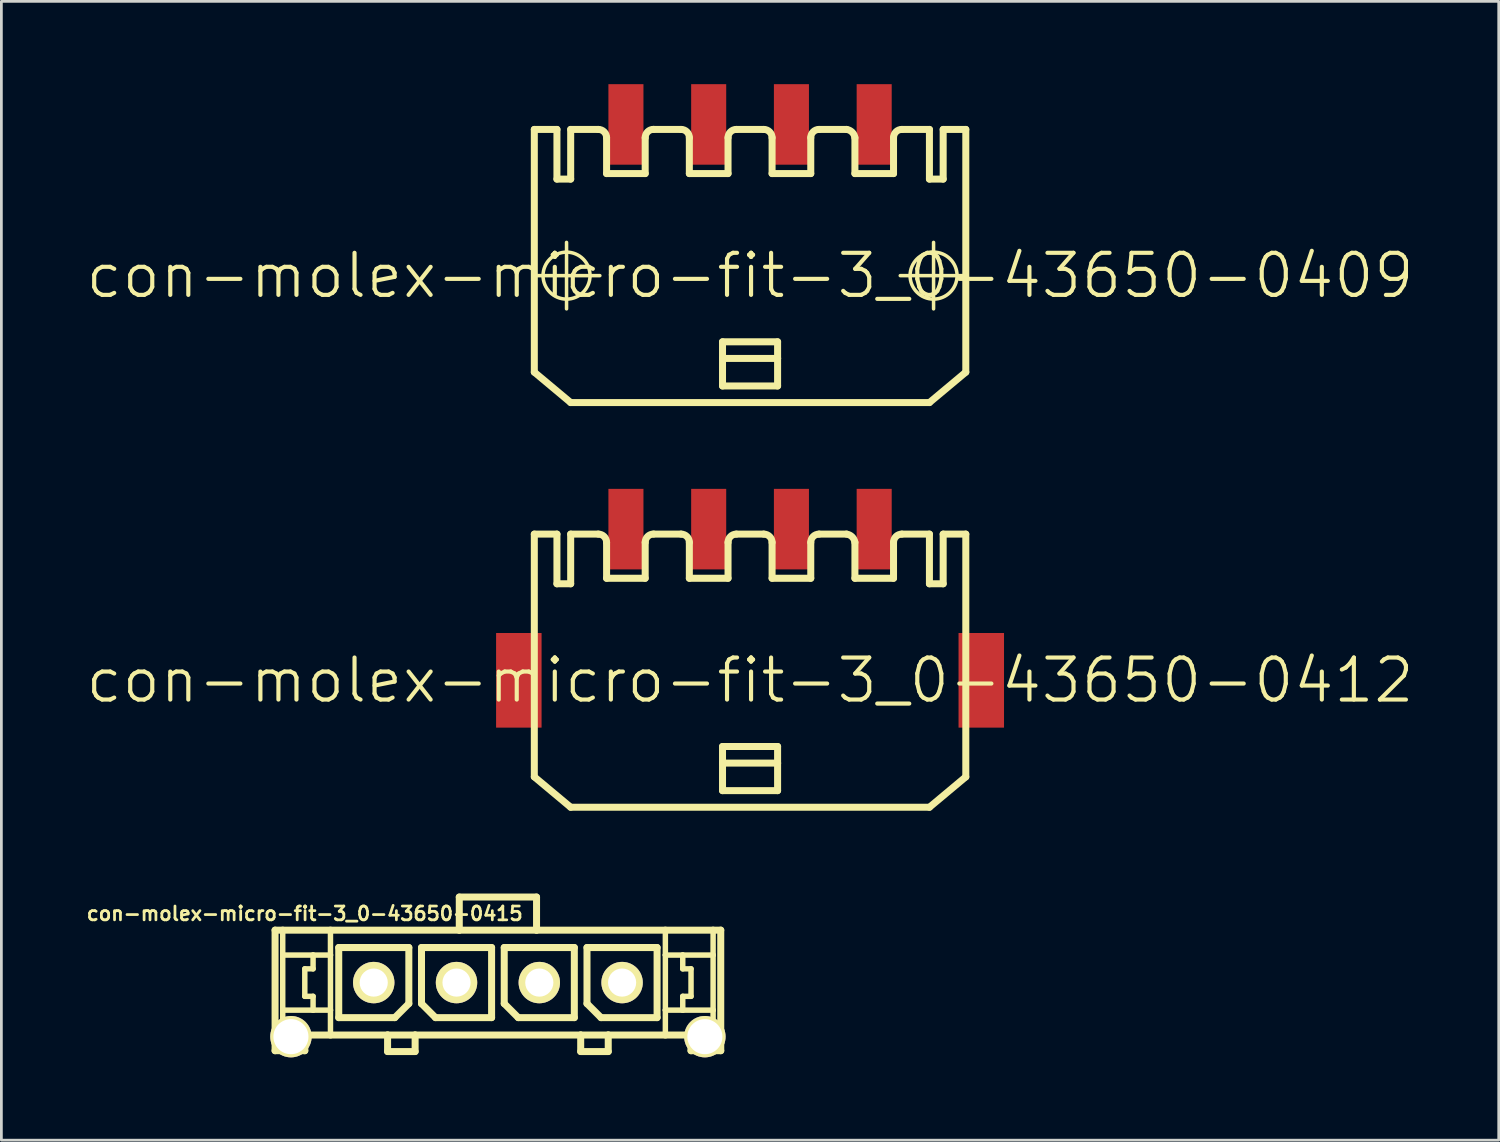
<source format=kicad_pcb>
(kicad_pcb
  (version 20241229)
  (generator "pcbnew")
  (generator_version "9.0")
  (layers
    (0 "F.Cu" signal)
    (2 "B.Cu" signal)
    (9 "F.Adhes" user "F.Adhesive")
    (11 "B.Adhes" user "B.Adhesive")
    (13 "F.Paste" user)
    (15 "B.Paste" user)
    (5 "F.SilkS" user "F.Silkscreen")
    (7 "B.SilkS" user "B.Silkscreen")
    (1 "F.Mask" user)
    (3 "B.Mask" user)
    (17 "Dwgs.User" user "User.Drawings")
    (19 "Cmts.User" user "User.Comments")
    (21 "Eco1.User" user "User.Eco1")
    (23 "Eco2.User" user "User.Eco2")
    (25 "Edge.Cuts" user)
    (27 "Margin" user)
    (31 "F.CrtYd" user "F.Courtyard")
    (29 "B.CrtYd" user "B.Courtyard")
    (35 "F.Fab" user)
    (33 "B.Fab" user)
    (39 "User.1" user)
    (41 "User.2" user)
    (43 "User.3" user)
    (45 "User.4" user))
  (footprint "con-molex-micro-fit-3_0-43650-0409"
    (layer "F.Cu")
    (at 24.13 6.938)
    (property "Reference" "con-molex-micro-fit-3_0-43650-0409" (at 0 0 0) (layer "F.SilkS") (effects (font (size 1.524 1.524) (thickness 0.15))))
    (attr smd)
    (fp_line (start -7.854 0) (end -5.443 0) (stroke (width 0.127) (type solid)) (layer "F.SilkS"))
    (fp_line (start -7.818 -5.298) (end -6.998 -5.298) (stroke (width 0.254) (type solid)) (layer "F.SilkS"))
    (fp_line (start -7.818 3.498) (end -7.818 -5.298) (stroke (width 0.254) (type solid)) (layer "F.SilkS"))
    (fp_line (start -7.818 3.498) (end -6.5 4.6) (stroke (width 0.254) (type solid)) (layer "F.SilkS"))
    (fp_line (start -6.998 -5.298) (end -6.998 -3.498) (stroke (width 0.254) (type solid)) (layer "F.SilkS"))
    (fp_line (start -6.998 -3.498) (end -6.5 -3.498) (stroke (width 0.254) (type solid)) (layer "F.SilkS"))
    (fp_line (start -6.65 1.204) (end -6.65 -1.204) (stroke (width 0.127) (type solid)) (layer "F.SilkS"))
    (fp_line (start -6.5 -5.298) (end -5.499 -5.298) (stroke (width 0.254) (type solid)) (layer "F.SilkS"))
    (fp_line (start -6.5 -3.498) (end -6.5 -5.298) (stroke (width 0.254) (type solid)) (layer "F.SilkS"))
    (fp_line (start -5.199 -3.698) (end -5.199 -4.999) (stroke (width 0.254) (type solid)) (layer "F.SilkS"))
    (fp_line (start -5.199 -3.698) (end -3.8 -3.698) (stroke (width 0.254) (type solid)) (layer "F.SilkS"))
    (fp_line (start -3.8 -3.698) (end -3.8 -4.999) (stroke (width 0.254) (type solid)) (layer "F.SilkS"))
    (fp_line (start -3.498 -5.298) (end -2.499 -5.298) (stroke (width 0.254) (type solid)) (layer "F.SilkS"))
    (fp_line (start -2.2 -3.698) (end -2.2 -4.999) (stroke (width 0.254) (type solid)) (layer "F.SilkS"))
    (fp_line (start -2.2 -3.698) (end -0.798 -3.698) (stroke (width 0.254) (type solid)) (layer "F.SilkS"))
    (fp_line (start -0.998 2.398) (end 0.998 2.398) (stroke (width 0.254) (type solid)) (layer "F.SilkS"))
    (fp_line (start -0.998 3) (end -0.998 2.398) (stroke (width 0.254) (type solid)) (layer "F.SilkS"))
    (fp_line (start -0.998 3) (end 0.998 3) (stroke (width 0.254) (type solid)) (layer "F.SilkS"))
    (fp_line (start -0.998 3.998) (end -0.998 3) (stroke (width 0.254) (type solid)) (layer "F.SilkS"))
    (fp_line (start -0.798 -3.698) (end -0.798 -4.999) (stroke (width 0.254) (type solid)) (layer "F.SilkS"))
    (fp_line (start -0.498 -5.298) (end 0.498 -5.298) (stroke (width 0.254) (type solid)) (layer "F.SilkS"))
    (fp_line (start 0.798 -3.698) (end 0.798 -4.999) (stroke (width 0.254) (type solid)) (layer "F.SilkS"))
    (fp_line (start 0.798 -3.698) (end 2.2 -3.698) (stroke (width 0.254) (type solid)) (layer "F.SilkS"))
    (fp_line (start 0.998 2.398) (end 0.998 3) (stroke (width 0.254) (type solid)) (layer "F.SilkS"))
    (fp_line (start 0.998 3) (end 0.998 3.998) (stroke (width 0.254) (type solid)) (layer "F.SilkS"))
    (fp_line (start 0.998 3.998) (end -0.998 3.998) (stroke (width 0.254) (type solid)) (layer "F.SilkS"))
    (fp_line (start 2.2 -3.698) (end 2.2 -4.999) (stroke (width 0.254) (type solid)) (layer "F.SilkS"))
    (fp_line (start 2.499 -5.298) (end 3.498 -5.298) (stroke (width 0.254) (type solid)) (layer "F.SilkS"))
    (fp_line (start 3.8 -4.999) (end 3.8 -3.698) (stroke (width 0.254) (type solid)) (layer "F.SilkS"))
    (fp_line (start 3.8 -3.698) (end 5.199 -3.698) (stroke (width 0.254) (type solid)) (layer "F.SilkS"))
    (fp_line (start 5.199 -3.698) (end 5.199 -4.999) (stroke (width 0.254) (type solid)) (layer "F.SilkS"))
    (fp_line (start 5.443 0) (end 7.854 0) (stroke (width 0.127) (type solid)) (layer "F.SilkS"))
    (fp_line (start 5.499 -5.298) (end 6.5 -5.298) (stroke (width 0.254) (type solid)) (layer "F.SilkS"))
    (fp_line (start 6.5 -3.498) (end 6.5 -5.298) (stroke (width 0.254) (type solid)) (layer "F.SilkS"))
    (fp_line (start 6.5 4.6) (end -6.5 4.6) (stroke (width 0.254) (type solid)) (layer "F.SilkS"))
    (fp_line (start 6.65 1.204) (end 6.65 -1.204) (stroke (width 0.127) (type solid)) (layer "F.SilkS"))
    (fp_line (start 6.998 -5.298) (end 6.998 -3.498) (stroke (width 0.254) (type solid)) (layer "F.SilkS"))
    (fp_line (start 6.998 -5.298) (end 7.818 -5.298) (stroke (width 0.254) (type solid)) (layer "F.SilkS"))
    (fp_line (start 6.998 -3.498) (end 6.5 -3.498) (stroke (width 0.254) (type solid)) (layer "F.SilkS"))
    (fp_line (start 7.818 -5.298) (end 7.818 3.498) (stroke (width 0.254) (type solid)) (layer "F.SilkS"))
    (fp_line (start 7.818 3.498) (end 6.5 4.6) (stroke (width 0.254) (type solid)) (layer "F.SilkS"))
    (fp_arc (start -5.4991 -5.29844) (mid -5.287166 -5.210654) (end -5.19938 -4.99872) (stroke (width 0.254) (type solid)) (layer "F.SilkS"))
    (fp_arc (start -3.79984 -4.99872) (mid -3.71131 -5.21245) (end -3.49758 -5.30098) (stroke (width 0.254) (type solid)) (layer "F.SilkS"))
    (fp_arc (start -2.49936 -5.29844) (mid -2.287426 -5.210654) (end -2.19964 -4.99872) (stroke (width 0.254) (type solid)) (layer "F.SilkS"))
    (fp_arc (start -0.79756 -4.99872) (mid -0.709774 -5.210654) (end -0.49784 -5.29844) (stroke (width 0.254) (type solid)) (layer "F.SilkS"))
    (fp_arc (start 0.49784 -5.29844) (mid 0.709774 -5.210654) (end 0.79756 -4.99872) (stroke (width 0.254) (type solid)) (layer "F.SilkS"))
    (fp_arc (start 2.19964 -4.99872) (mid 2.287426 -5.210654) (end 2.49936 -5.29844) (stroke (width 0.254) (type solid)) (layer "F.SilkS"))
    (fp_arc (start 3.49758 -5.29844) (mid 3.698153 -5.199466) (end 3.799296 -4.999979) (stroke (width 0.254) (type solid)) (layer "F.SilkS"))
    (fp_arc (start 5.19938 -4.99872) (mid 5.287166 -5.210654) (end 5.4991 -5.29844) (stroke (width 0.254) (type solid)) (layer "F.SilkS"))
    (fp_circle (center -6.65 0) (end -7.252 0.602) (stroke (width 0.127) (type solid)) (fill no) (layer "F.SilkS"))
    (fp_circle (center 6.65 0) (end 7.252 0.602) (stroke (width 0.127) (type solid)) (fill no) (layer "F.SilkS"))
    (pad "P$1" smd rect (at 4.498 -5.479) (size 1.27 2.918) (layers "F.Cu" "F.Mask" "F.Paste"))
    (pad "P$2" smd rect (at 1.499 -5.479) (size 1.27 2.918) (layers "F.Cu" "F.Mask" "F.Paste"))
    (pad "P$3" smd rect (at -1.499 -5.479) (size 1.27 2.918) (layers "F.Cu" "F.Mask" "F.Paste"))
    (pad "P$4" smd rect (at -4.498 -5.479) (size 1.27 2.918) (layers "F.Cu" "F.Mask" "F.Paste")))
  (footprint "con-molex-micro-fit-3_0-43650-0415"
    (layer "F.Cu")
    (at 14.993 32.556)
    (property "Reference" "con-molex-micro-fit-3_0-43650-0415" (at -7 -2.5 0) (layer "F.SilkS") (effects (font (size 0.5 0.5) (thickness 0.1))))
    (attr exclude_from_pos_files exclude_from_bom)
    (fp_line (start -8.075 -1.9) (end -7.798 -1.9) (stroke (width 0.254) (type solid)) (layer "F.SilkS"))
    (fp_line (start -8.075 2.469) (end -8.075 -1.9) (stroke (width 0.254) (type solid)) (layer "F.SilkS"))
    (fp_line (start -7.798 -1.9) (end -6.068 -1.9) (stroke (width 0.254) (type solid)) (layer "F.SilkS"))
    (fp_line (start -7.798 -0.998) (end -7.798 -1.9) (stroke (width 0.198) (type solid)) (layer "F.SilkS"))
    (fp_line (start -7.798 0.998) (end -7.798 -0.998) (stroke (width 0.198) (type solid)) (layer "F.SilkS"))
    (fp_line (start -7.798 2.469) (end -8.075 2.469) (stroke (width 0.254) (type solid)) (layer "F.SilkS"))
    (fp_line (start -7.798 2.469) (end -7.798 0.998) (stroke (width 0.198) (type solid)) (layer "F.SilkS"))
    (fp_line (start -6.998 -0.498) (end -6.998 0.498) (stroke (width 0.198) (type solid)) (layer "F.SilkS"))
    (fp_line (start -6.998 0.498) (end -6.698 0.498) (stroke (width 0.198) (type solid)) (layer "F.SilkS"))
    (fp_line (start -6.998 1.9) (end -6.998 2.469) (stroke (width 0.254) (type solid)) (layer "F.SilkS"))
    (fp_line (start -6.998 2.469) (end -7.798 2.469) (stroke (width 0.254) (type solid)) (layer "F.SilkS"))
    (fp_line (start -6.698 -0.998) (end -7.798 -0.998) (stroke (width 0.198) (type solid)) (layer "F.SilkS"))
    (fp_line (start -6.698 -0.998) (end -6.698 -0.498) (stroke (width 0.198) (type solid)) (layer "F.SilkS"))
    (fp_line (start -6.698 -0.498) (end -6.998 -0.498) (stroke (width 0.198) (type solid)) (layer "F.SilkS"))
    (fp_line (start -6.698 0.498) (end -6.698 0.998) (stroke (width 0.198) (type solid)) (layer "F.SilkS"))
    (fp_line (start -6.698 0.998) (end -7.798 0.998) (stroke (width 0.198) (type solid)) (layer "F.SilkS"))
    (fp_line (start -6.068 -1.9) (end -1.4 -1.9) (stroke (width 0.254) (type solid)) (layer "F.SilkS"))
    (fp_line (start -6.068 -0.998) (end -6.698 -0.998) (stroke (width 0.198) (type solid)) (layer "F.SilkS"))
    (fp_line (start -6.068 -0.998) (end -6.068 -1.9) (stroke (width 0.198) (type solid)) (layer "F.SilkS"))
    (fp_line (start -6.068 0.998) (end -6.698 0.998) (stroke (width 0.198) (type solid)) (layer "F.SilkS"))
    (fp_line (start -6.068 0.998) (end -6.068 -0.998) (stroke (width 0.198) (type solid)) (layer "F.SilkS"))
    (fp_line (start -6.068 1.9) (end -6.998 1.9) (stroke (width 0.254) (type solid)) (layer "F.SilkS"))
    (fp_line (start -6.068 1.9) (end -6.068 0.998) (stroke (width 0.198) (type solid)) (layer "F.SilkS"))
    (fp_line (start -5.768 -1.27) (end -3.228 -1.27) (stroke (width 0.254) (type solid)) (layer "F.SilkS"))
    (fp_line (start -5.768 1.27) (end -5.768 -1.27) (stroke (width 0.254) (type solid)) (layer "F.SilkS"))
    (fp_line (start -3.998 1.9) (end -6.068 1.9) (stroke (width 0.254) (type solid)) (layer "F.SilkS"))
    (fp_line (start -3.998 1.9) (end -3.998 2.499) (stroke (width 0.254) (type solid)) (layer "F.SilkS"))
    (fp_line (start -3.998 2.499) (end -3 2.499) (stroke (width 0.254) (type solid)) (layer "F.SilkS"))
    (fp_line (start -3.736 1.27) (end -5.768 1.27) (stroke (width 0.254) (type solid)) (layer "F.SilkS"))
    (fp_line (start -3.228 -1.27) (end -3.228 0.762) (stroke (width 0.254) (type solid)) (layer "F.SilkS"))
    (fp_line (start -3.228 0.762) (end -3.736 1.27) (stroke (width 0.254) (type solid)) (layer "F.SilkS"))
    (fp_line (start -3 1.9) (end -3.998 1.9) (stroke (width 0.254) (type solid)) (layer "F.SilkS"))
    (fp_line (start -3 2.499) (end -3 1.9) (stroke (width 0.254) (type solid)) (layer "F.SilkS"))
    (fp_line (start -2.769 -1.27) (end -0.229 -1.27) (stroke (width 0.254) (type solid)) (layer "F.SilkS"))
    (fp_line (start -2.769 0.762) (end -2.769 -1.27) (stroke (width 0.254) (type solid)) (layer "F.SilkS"))
    (fp_line (start -2.261 1.27) (end -2.769 0.762) (stroke (width 0.254) (type solid)) (layer "F.SilkS"))
    (fp_line (start -1.4 -3.099) (end -1.4 -1.9) (stroke (width 0.254) (type solid)) (layer "F.SilkS"))
    (fp_line (start -1.4 -3.099) (end 1.4 -3.099) (stroke (width 0.254) (type solid)) (layer "F.SilkS"))
    (fp_line (start -1.4 -1.9) (end 1.4 -1.9) (stroke (width 0.254) (type solid)) (layer "F.SilkS"))
    (fp_line (start -0.229 -1.27) (end -0.229 1.27) (stroke (width 0.254) (type solid)) (layer "F.SilkS"))
    (fp_line (start -0.229 1.27) (end -2.261 1.27) (stroke (width 0.254) (type solid)) (layer "F.SilkS"))
    (fp_line (start 0.229 -1.27) (end 2.769 -1.27) (stroke (width 0.254) (type solid)) (layer "F.SilkS"))
    (fp_line (start 0.229 0.762) (end 0.229 -1.27) (stroke (width 0.254) (type solid)) (layer "F.SilkS"))
    (fp_line (start 0.737 1.27) (end 0.229 0.762) (stroke (width 0.254) (type solid)) (layer "F.SilkS"))
    (fp_line (start 1.4 -3.099) (end 1.4 -1.9) (stroke (width 0.254) (type solid)) (layer "F.SilkS"))
    (fp_line (start 1.4 -1.9) (end 6.068 -1.9) (stroke (width 0.254) (type solid)) (layer "F.SilkS"))
    (fp_line (start 2.769 -1.27) (end 2.769 1.27) (stroke (width 0.254) (type solid)) (layer "F.SilkS"))
    (fp_line (start 2.769 1.27) (end 0.737 1.27) (stroke (width 0.254) (type solid)) (layer "F.SilkS"))
    (fp_line (start 3 1.9) (end -3 1.9) (stroke (width 0.254) (type solid)) (layer "F.SilkS"))
    (fp_line (start 3 1.9) (end 3 2.499) (stroke (width 0.254) (type solid)) (layer "F.SilkS"))
    (fp_line (start 3 2.499) (end 3.998 2.499) (stroke (width 0.254) (type solid)) (layer "F.SilkS"))
    (fp_line (start 3.228 -1.27) (end 5.768 -1.27) (stroke (width 0.254) (type solid)) (layer "F.SilkS"))
    (fp_line (start 3.228 0.762) (end 3.228 -1.27) (stroke (width 0.254) (type solid)) (layer "F.SilkS"))
    (fp_line (start 3.736 1.27) (end 3.228 0.762) (stroke (width 0.254) (type solid)) (layer "F.SilkS"))
    (fp_line (start 3.998 1.9) (end 3 1.9) (stroke (width 0.254) (type solid)) (layer "F.SilkS"))
    (fp_line (start 3.998 2.499) (end 3.998 1.9) (stroke (width 0.254) (type solid)) (layer "F.SilkS"))
    (fp_line (start 5.768 -1.27) (end 5.768 1.27) (stroke (width 0.254) (type solid)) (layer "F.SilkS"))
    (fp_line (start 5.768 1.27) (end 3.736 1.27) (stroke (width 0.254) (type solid)) (layer "F.SilkS"))
    (fp_line (start 6.068 -1.9) (end 6.068 -0.998) (stroke (width 0.198) (type solid)) (layer "F.SilkS"))
    (fp_line (start 6.068 -1.9) (end 7.798 -1.9) (stroke (width 0.254) (type solid)) (layer "F.SilkS"))
    (fp_line (start 6.068 -0.998) (end 6.068 0.998) (stroke (width 0.198) (type solid)) (layer "F.SilkS"))
    (fp_line (start 6.068 -0.998) (end 6.698 -0.998) (stroke (width 0.198) (type solid)) (layer "F.SilkS"))
    (fp_line (start 6.068 0.998) (end 6.068 1.9) (stroke (width 0.198) (type solid)) (layer "F.SilkS"))
    (fp_line (start 6.068 0.998) (end 6.698 0.998) (stroke (width 0.198) (type solid)) (layer "F.SilkS"))
    (fp_line (start 6.068 1.9) (end 3.998 1.9) (stroke (width 0.254) (type solid)) (layer "F.SilkS"))
    (fp_line (start 6.698 -0.998) (end 6.698 -0.498) (stroke (width 0.198) (type solid)) (layer "F.SilkS"))
    (fp_line (start 6.698 -0.998) (end 7.798 -0.998) (stroke (width 0.198) (type solid)) (layer "F.SilkS"))
    (fp_line (start 6.698 -0.498) (end 6.998 -0.498) (stroke (width 0.198) (type solid)) (layer "F.SilkS"))
    (fp_line (start 6.698 0.498) (end 6.698 0.998) (stroke (width 0.198) (type solid)) (layer "F.SilkS"))
    (fp_line (start 6.698 0.998) (end 7.798 0.998) (stroke (width 0.198) (type solid)) (layer "F.SilkS"))
    (fp_line (start 6.998 -0.498) (end 6.998 0.498) (stroke (width 0.198) (type solid)) (layer "F.SilkS"))
    (fp_line (start 6.998 0.498) (end 6.698 0.498) (stroke (width 0.198) (type solid)) (layer "F.SilkS"))
    (fp_line (start 6.998 1.9) (end 6.068 1.9) (stroke (width 0.254) (type solid)) (layer "F.SilkS"))
    (fp_line (start 6.998 2.469) (end 6.998 1.9) (stroke (width 0.254) (type solid)) (layer "F.SilkS"))
    (fp_line (start 6.998 2.469) (end 7.798 2.469) (stroke (width 0.254) (type solid)) (layer "F.SilkS"))
    (fp_line (start 7.798 -1.9) (end 8.075 -1.9) (stroke (width 0.254) (type solid)) (layer "F.SilkS"))
    (fp_line (start 7.798 -0.998) (end 7.798 -1.9) (stroke (width 0.198) (type solid)) (layer "F.SilkS"))
    (fp_line (start 7.798 0.998) (end 7.798 -0.998) (stroke (width 0.198) (type solid)) (layer "F.SilkS"))
    (fp_line (start 7.798 2.469) (end 7.798 0.998) (stroke (width 0.198) (type solid)) (layer "F.SilkS"))
    (fp_line (start 7.798 2.469) (end 8.075 2.469) (stroke (width 0.254) (type solid)) (layer "F.SilkS"))
    (fp_line (start 8.075 -1.9) (end 8.075 2.469) (stroke (width 0.254) (type solid)) (layer "F.SilkS"))
    (pad "1" thru_hole circle (at 4.5 0) (size 1.5 1.5) (drill 1.02) (layers "*.Cu" "*.Mask" "F.SilkS"))
    (pad "2" thru_hole circle (at 1.5 0) (size 1.5 1.5) (drill 1.02) (layers "*.Cu" "*.Mask" "F.SilkS"))
    (pad "3" thru_hole circle (at -1.5 0) (size 1.5 1.5) (drill 1.02) (layers "*.Cu" "*.Mask" "F.SilkS"))
    (pad "4" thru_hole circle (at -4.5 0) (size 1.5 1.5) (drill 1.02) (layers "*.Cu" "*.Mask" "F.SilkS"))
    (pad "TAB" thru_hole circle (at -7.5 1.96) (size 1.5 1.5) (drill 1.27) (layers "*.Cu" "*.Mask" "F.SilkS"))
    (pad "TAB" thru_hole circle (at 7.5 1.96) (size 1.5 1.5) (drill 1.27) (layers "*.Cu" "*.Mask" "F.SilkS")))
  (footprint "con-molex-micro-fit-3_0-43650-0412"
    (layer "F.Cu")
    (at 24.13 21.603)
    (property "Reference" "con-molex-micro-fit-3_0-43650-0412" (at 0 0 0) (layer "F.SilkS") (effects (font (size 1.524 1.524) (thickness 0.15))))
    (attr smd)
    (fp_line (start -7.818 -5.298) (end -6.998 -5.298) (stroke (width 0.254) (type solid)) (layer "F.SilkS"))
    (fp_line (start -7.818 3.498) (end -7.818 -5.298) (stroke (width 0.254) (type solid)) (layer "F.SilkS"))
    (fp_line (start -7.818 3.498) (end -6.5 4.6) (stroke (width 0.254) (type solid)) (layer "F.SilkS"))
    (fp_line (start -6.998 -5.298) (end -6.998 -3.498) (stroke (width 0.254) (type solid)) (layer "F.SilkS"))
    (fp_line (start -6.998 -3.498) (end -6.5 -3.498) (stroke (width 0.254) (type solid)) (layer "F.SilkS"))
    (fp_line (start -6.5 -5.298) (end -5.499 -5.298) (stroke (width 0.254) (type solid)) (layer "F.SilkS"))
    (fp_line (start -6.5 -3.498) (end -6.5 -5.298) (stroke (width 0.254) (type solid)) (layer "F.SilkS"))
    (fp_line (start -5.199 -3.698) (end -5.199 -4.999) (stroke (width 0.254) (type solid)) (layer "F.SilkS"))
    (fp_line (start -5.199 -3.698) (end -3.8 -3.698) (stroke (width 0.254) (type solid)) (layer "F.SilkS"))
    (fp_line (start -3.8 -3.698) (end -3.8 -4.999) (stroke (width 0.254) (type solid)) (layer "F.SilkS"))
    (fp_line (start -3.498 -5.298) (end -2.499 -5.298) (stroke (width 0.254) (type solid)) (layer "F.SilkS"))
    (fp_line (start -2.2 -3.698) (end -2.2 -4.999) (stroke (width 0.254) (type solid)) (layer "F.SilkS"))
    (fp_line (start -2.2 -3.698) (end -0.798 -3.698) (stroke (width 0.254) (type solid)) (layer "F.SilkS"))
    (fp_line (start -0.998 2.398) (end 0.998 2.398) (stroke (width 0.254) (type solid)) (layer "F.SilkS"))
    (fp_line (start -0.998 3) (end -0.998 2.398) (stroke (width 0.254) (type solid)) (layer "F.SilkS"))
    (fp_line (start -0.998 3) (end 0.998 3) (stroke (width 0.254) (type solid)) (layer "F.SilkS"))
    (fp_line (start -0.998 3.998) (end -0.998 3) (stroke (width 0.254) (type solid)) (layer "F.SilkS"))
    (fp_line (start -0.798 -3.698) (end -0.798 -4.999) (stroke (width 0.254) (type solid)) (layer "F.SilkS"))
    (fp_line (start -0.498 -5.298) (end 0.498 -5.298) (stroke (width 0.254) (type solid)) (layer "F.SilkS"))
    (fp_line (start 0.798 -3.698) (end 0.798 -4.999) (stroke (width 0.254) (type solid)) (layer "F.SilkS"))
    (fp_line (start 0.798 -3.698) (end 2.2 -3.698) (stroke (width 0.254) (type solid)) (layer "F.SilkS"))
    (fp_line (start 0.998 2.398) (end 0.998 3) (stroke (width 0.254) (type solid)) (layer "F.SilkS"))
    (fp_line (start 0.998 3) (end 0.998 3.998) (stroke (width 0.254) (type solid)) (layer "F.SilkS"))
    (fp_line (start 0.998 3.998) (end -0.998 3.998) (stroke (width 0.254) (type solid)) (layer "F.SilkS"))
    (fp_line (start 2.2 -3.698) (end 2.2 -4.999) (stroke (width 0.254) (type solid)) (layer "F.SilkS"))
    (fp_line (start 2.499 -5.298) (end 3.498 -5.298) (stroke (width 0.254) (type solid)) (layer "F.SilkS"))
    (fp_line (start 3.8 -4.999) (end 3.8 -3.698) (stroke (width 0.254) (type solid)) (layer "F.SilkS"))
    (fp_line (start 3.8 -3.698) (end 5.199 -3.698) (stroke (width 0.254) (type solid)) (layer "F.SilkS"))
    (fp_line (start 5.199 -3.698) (end 5.199 -4.999) (stroke (width 0.254) (type solid)) (layer "F.SilkS"))
    (fp_line (start 5.499 -5.298) (end 6.5 -5.298) (stroke (width 0.254) (type solid)) (layer "F.SilkS"))
    (fp_line (start 6.5 -3.498) (end 6.5 -5.298) (stroke (width 0.254) (type solid)) (layer "F.SilkS"))
    (fp_line (start 6.5 4.6) (end -6.5 4.6) (stroke (width 0.254) (type solid)) (layer "F.SilkS"))
    (fp_line (start 6.998 -5.298) (end 6.998 -3.498) (stroke (width 0.254) (type solid)) (layer "F.SilkS"))
    (fp_line (start 6.998 -5.298) (end 7.818 -5.298) (stroke (width 0.254) (type solid)) (layer "F.SilkS"))
    (fp_line (start 6.998 -3.498) (end 6.5 -3.498) (stroke (width 0.254) (type solid)) (layer "F.SilkS"))
    (fp_line (start 7.818 -5.298) (end 7.818 3.498) (stroke (width 0.254) (type solid)) (layer "F.SilkS"))
    (fp_line (start 7.818 3.498) (end 6.5 4.6) (stroke (width 0.254) (type solid)) (layer "F.SilkS"))
    (fp_arc (start -5.4991 -5.29844) (mid -5.287166 -5.210654) (end -5.19938 -4.99872) (stroke (width 0.254) (type solid)) (layer "F.SilkS"))
    (fp_arc (start -3.79984 -4.99872) (mid -3.71131 -5.21245) (end -3.49758 -5.30098) (stroke (width 0.254) (type solid)) (layer "F.SilkS"))
    (fp_arc (start -2.49936 -5.29844) (mid -2.287426 -5.210654) (end -2.19964 -4.99872) (stroke (width 0.254) (type solid)) (layer "F.SilkS"))
    (fp_arc (start -0.79756 -4.99872) (mid -0.709774 -5.210654) (end -0.49784 -5.29844) (stroke (width 0.254) (type solid)) (layer "F.SilkS"))
    (fp_arc (start 0.49784 -5.29844) (mid 0.709774 -5.210654) (end 0.79756 -4.99872) (stroke (width 0.254) (type solid)) (layer "F.SilkS"))
    (fp_arc (start 2.19964 -4.99872) (mid 2.287426 -5.210654) (end 2.49936 -5.29844) (stroke (width 0.254) (type solid)) (layer "F.SilkS"))
    (fp_arc (start 3.49758 -5.29844) (mid 3.698153 -5.199466) (end 3.799296 -4.999979) (stroke (width 0.254) (type solid)) (layer "F.SilkS"))
    (fp_arc (start 5.19938 -4.99872) (mid 5.287166 -5.210654) (end 5.4991 -5.29844) (stroke (width 0.254) (type solid)) (layer "F.SilkS"))
    (pad "P$1" smd rect (at 4.498 -5.479) (size 1.27 2.918) (layers "F.Cu" "F.Mask" "F.Paste"))
    (pad "P$2" smd rect (at 1.499 -5.479) (size 1.27 2.918) (layers "F.Cu" "F.Mask" "F.Paste"))
    (pad "P$3" smd rect (at -1.499 -5.479) (size 1.27 2.918) (layers "F.Cu" "F.Mask" "F.Paste"))
    (pad "P$4" smd rect (at -4.498 -5.479) (size 1.27 2.918) (layers "F.Cu" "F.Mask" "F.Paste"))
    (pad "TAB1" smd rect (at 8.379 0) (size 1.648 3.429) (layers "F.Cu" "F.Mask" "F.Paste"))
    (pad "TAB2" smd rect (at -8.379 0) (size 1.648 3.429) (layers "F.Cu" "F.Mask" "F.Paste")))
  (gr_rect
    (start -3 -3)
    (end 51.26 38.266)
    (stroke (width 0.1) (type default))
    (fill no)
    (layer "Edge.Cuts")))
</source>
